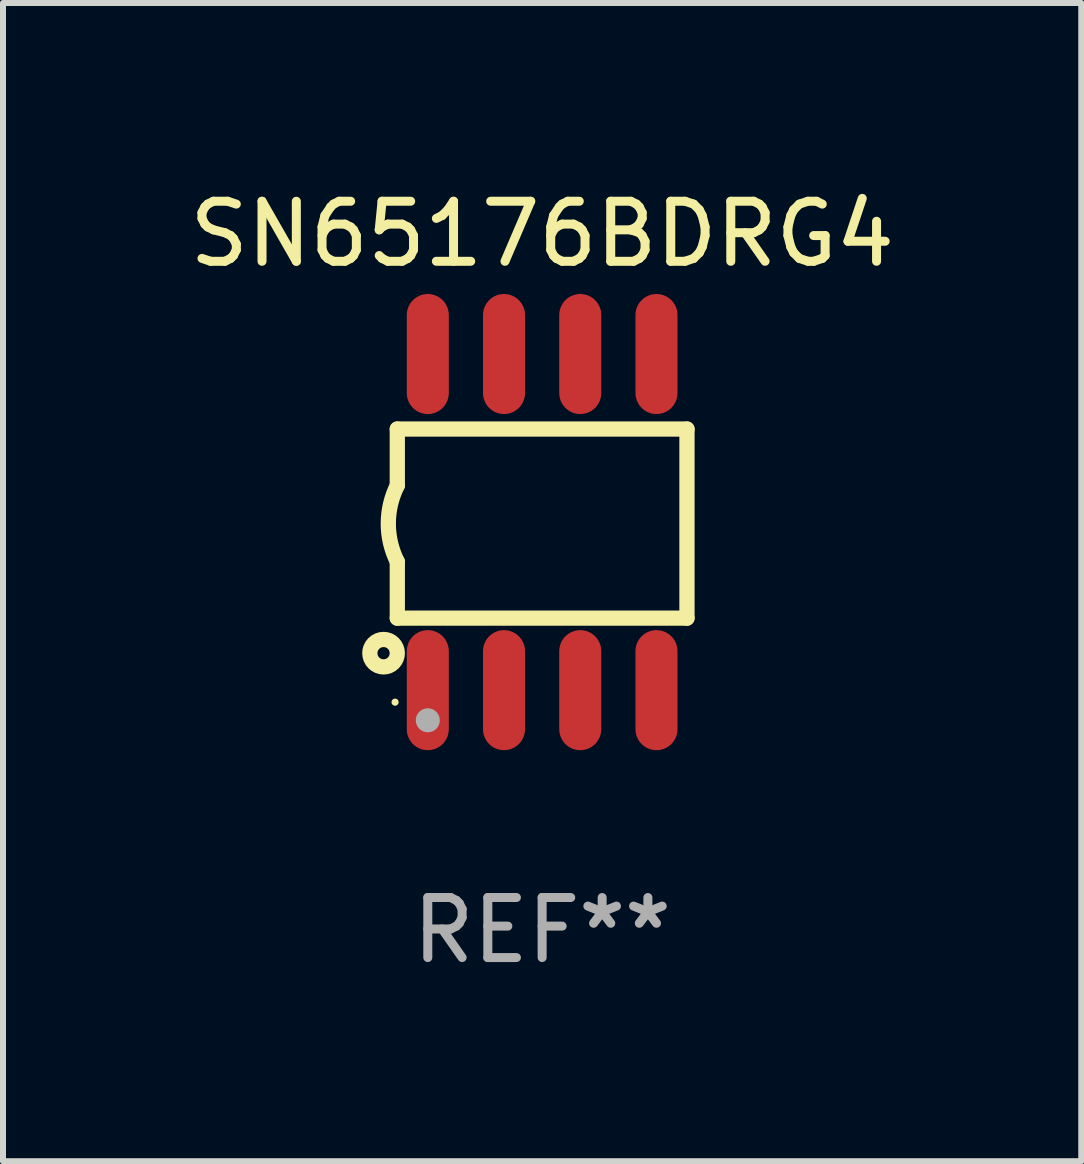
<source format=kicad_pcb>
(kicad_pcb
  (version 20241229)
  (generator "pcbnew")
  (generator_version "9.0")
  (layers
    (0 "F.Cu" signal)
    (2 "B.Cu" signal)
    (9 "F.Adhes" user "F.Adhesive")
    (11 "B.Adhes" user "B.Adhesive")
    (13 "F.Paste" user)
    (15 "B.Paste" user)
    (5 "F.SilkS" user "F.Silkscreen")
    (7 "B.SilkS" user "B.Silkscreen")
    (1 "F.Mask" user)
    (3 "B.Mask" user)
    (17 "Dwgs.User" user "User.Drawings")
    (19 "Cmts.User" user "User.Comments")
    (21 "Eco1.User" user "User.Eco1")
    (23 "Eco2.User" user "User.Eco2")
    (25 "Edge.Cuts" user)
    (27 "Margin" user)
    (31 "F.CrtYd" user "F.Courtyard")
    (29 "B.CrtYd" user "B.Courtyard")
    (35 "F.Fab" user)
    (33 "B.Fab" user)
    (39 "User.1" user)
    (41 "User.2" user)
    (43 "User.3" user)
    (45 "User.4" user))
  (footprint "SN65176BDRG4"
    (layer "F.Cu")
    (at 5.982 5.648)
    (property "Reference" "SN65176BDRG4" (at 0 -4.8 0) (layer "F.SilkS") (effects (font (size 1 1) (thickness 0.15))))
    (attr through_hole)
    (fp_line (start -2.413 -1.55) (end -2.413 -0.61) (stroke (width 0.254) (type solid)) (layer "F.SilkS"))
    (fp_line (start -2.413 0.66) (end -2.413 1.6) (stroke (width 0.254) (type solid)) (layer "F.SilkS"))
    (fp_line (start -2.413 1.6) (end 2.413 1.6) (stroke (width 0.254) (type solid)) (layer "F.SilkS"))
    (fp_line (start 2.413 -1.55) (end -2.413 -1.55) (stroke (width 0.254) (type solid)) (layer "F.SilkS"))
    (fp_line (start 2.413 1.6) (end 2.413 -1.55) (stroke (width 0.254) (type solid)) (layer "F.SilkS"))
    (fp_arc (start -2.413005 0.6603) (mid -2.562909 0.025298) (end -2.413005 -0.609703) (stroke (width 0.254001) (type solid)) (layer "F.SilkS"))
    (fp_circle (center -2.642 2.184) (end -2.54 2.184) (stroke (width 0.254) (type solid)) (fill no) (layer "F.SilkS"))
    (fp_circle (center -2.45 3) (end -2.42 3) (stroke (width 0.06) (type solid)) (fill no) (layer "F.SilkS"))
    (fp_circle (center -1.905 3.302) (end -1.805 3.302) (stroke (width 0.2) (type solid)) (fill no) (layer "F.Fab"))
    (fp_text user "REF**" (at 0 6.8 0) (layer "F.Fab") (effects (font (size 1 1) (thickness 0.15))))
    (pad "1" smd oval (at -1.905 2.8 180) (size 0.7 2) (layers "F.Cu" "F.Mask" "F.Paste"))
    (pad "2" smd oval (at -0.635 2.8 180) (size 0.7 2) (layers "F.Cu" "F.Mask" "F.Paste"))
    (pad "3" smd oval (at 0.635 2.8 180) (size 0.7 2) (layers "F.Cu" "F.Mask" "F.Paste"))
    (pad "4" smd oval (at 1.905 2.8 180) (size 0.7 2) (layers "F.Cu" "F.Mask" "F.Paste"))
    (pad "5" smd oval (at 1.905 -2.8 180) (size 0.7 2) (layers "F.Cu" "F.Mask" "F.Paste"))
    (pad "6" smd oval (at 0.635 -2.8 180) (size 0.7 2) (layers "F.Cu" "F.Mask" "F.Paste"))
    (pad "7" smd oval (at -0.635 -2.8 180) (size 0.7 2) (layers "F.Cu" "F.Mask" "F.Paste"))
    (pad "8" smd oval (at -1.905 -2.8 180) (size 0.7 2) (layers "F.Cu" "F.Mask" "F.Paste")))
  (gr_rect
    (start -3 -3)
    (end 14.964 16.296)
    (stroke (width 0.1) (type default))
    (fill no)
    (layer "Edge.Cuts")))
</source>
